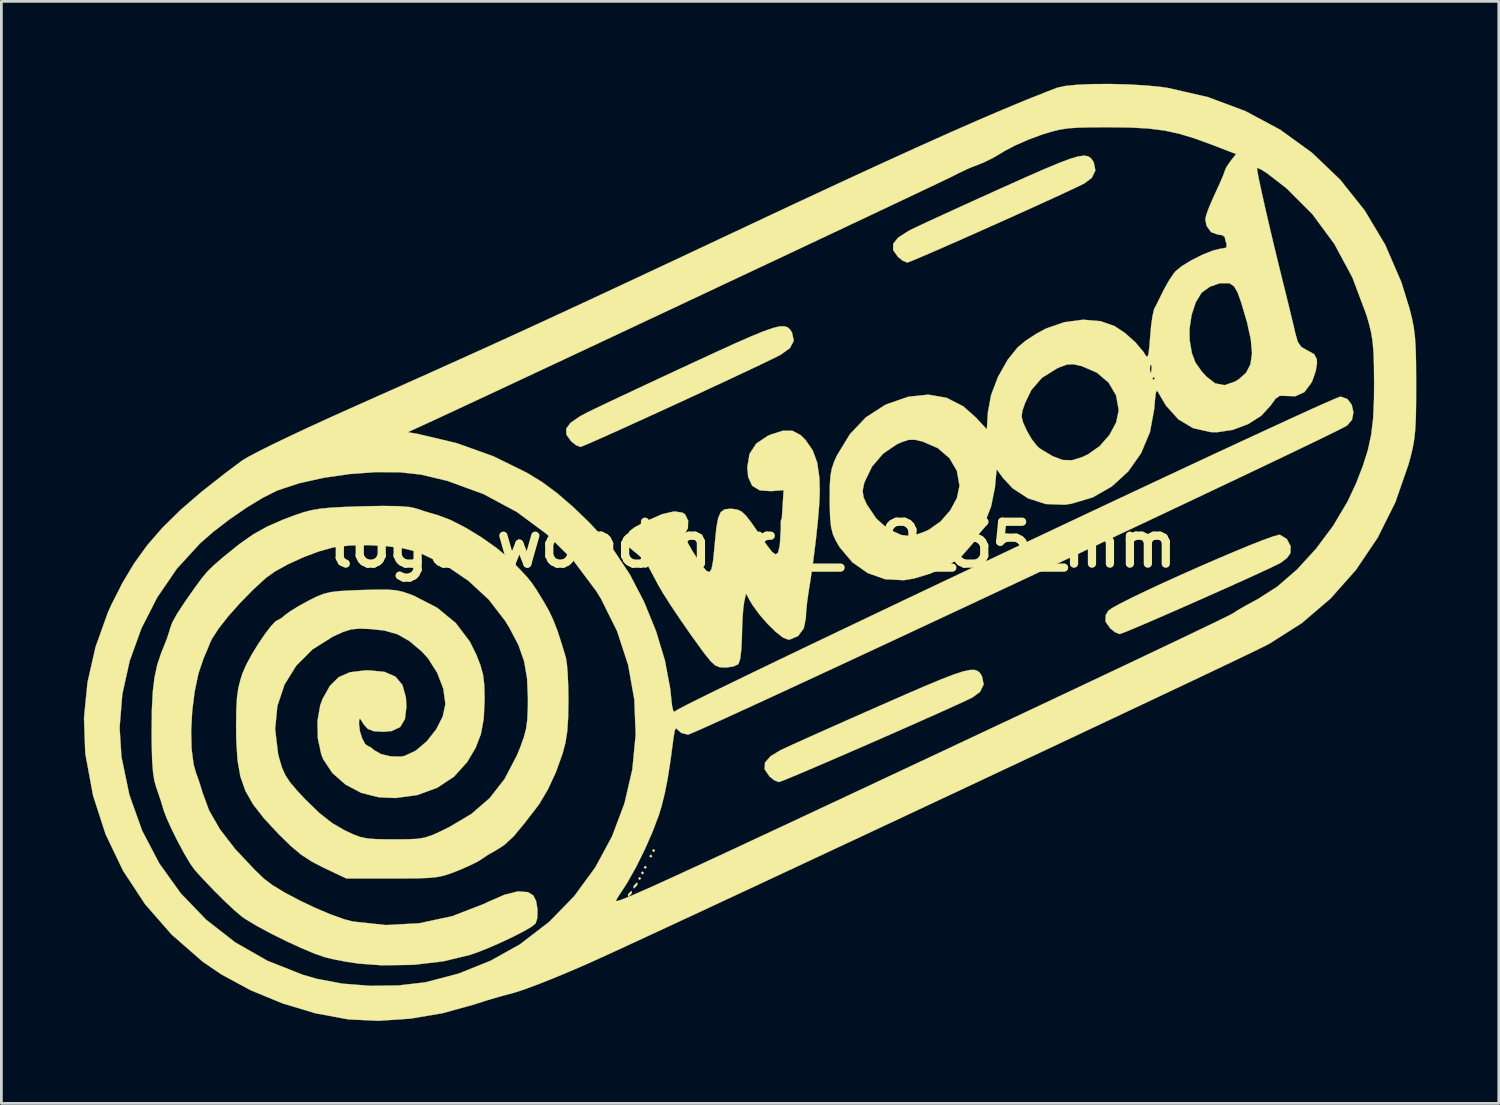
<source format=kicad_pcb>
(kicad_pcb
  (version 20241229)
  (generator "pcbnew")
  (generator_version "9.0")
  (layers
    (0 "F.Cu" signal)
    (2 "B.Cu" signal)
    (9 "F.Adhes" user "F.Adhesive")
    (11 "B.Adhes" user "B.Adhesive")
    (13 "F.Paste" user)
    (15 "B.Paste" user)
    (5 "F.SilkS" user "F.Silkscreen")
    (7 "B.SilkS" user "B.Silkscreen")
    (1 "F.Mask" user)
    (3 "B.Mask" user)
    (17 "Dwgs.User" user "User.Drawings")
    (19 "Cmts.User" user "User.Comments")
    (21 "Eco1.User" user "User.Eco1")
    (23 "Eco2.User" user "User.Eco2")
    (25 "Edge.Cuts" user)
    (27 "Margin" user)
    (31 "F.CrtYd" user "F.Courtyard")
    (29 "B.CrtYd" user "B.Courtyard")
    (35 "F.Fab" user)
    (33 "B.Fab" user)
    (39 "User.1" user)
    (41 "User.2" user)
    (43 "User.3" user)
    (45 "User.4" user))
  (footprint "logo_woodmark_49_35_mm"
    (layer "F.Cu")
    (at 24.331 16.761)
    (property "Reference" "logo_woodmark_49_35_mm" (at 0 0 0) (layer "F.SilkS") (effects (font (size 1.524 1.524) (thickness 0.3))))
    (attr through_hole)
    (fp_poly (pts (xy -4.064 12.141) (xy -4.115 12.192) (xy -4.166 12.141) (xy -4.115 12.09) (xy -4.064 12.141)) (stroke (width 0.01) (type solid)) (fill yes) (layer "F.SilkS"))
    (fp_poly (pts (xy -3.962 11.938) (xy -4.013 11.989) (xy -4.064 11.938) (xy -4.013 11.887) (xy -3.962 11.938)) (stroke (width 0.01) (type solid)) (fill yes) (layer "F.SilkS"))
    (fp_poly (pts (xy -3.861 11.735) (xy -3.912 11.786) (xy -3.962 11.735) (xy -3.912 11.684) (xy -3.861 11.735)) (stroke (width 0.01) (type solid)) (fill yes) (layer "F.SilkS"))
    (fp_poly (pts (xy -3.658 11.328) (xy -3.708 11.379) (xy -3.759 11.328) (xy -3.708 11.278) (xy -3.658 11.328)) (stroke (width 0.01) (type solid)) (fill yes) (layer "F.SilkS"))
    (fp_poly (pts (xy -3.556 11.125) (xy -3.607 11.176) (xy -3.658 11.125) (xy -3.607 11.074) (xy -3.556 11.125)) (stroke (width 0.01) (type solid)) (fill yes) (layer "F.SilkS"))
    (fp_poly (pts (xy -4.401 12.664) (xy -4.42 12.7) (xy -4.515 12.797) (xy -4.533 12.802) (xy -4.54 12.736) (xy -4.521 12.7) (xy -4.425 12.603) (xy -4.408 12.598) (xy -4.401 12.664)) (stroke (width 0.01) (type solid)) (fill yes) (layer "F.SilkS"))
    (fp_poly (pts (xy -4.197 12.359) (xy -4.216 12.395) (xy -4.312 12.492) (xy -4.33 12.497) (xy -4.337 12.431) (xy -4.318 12.395) (xy -4.222 12.298) (xy -4.204 12.294) (xy -4.197 12.359)) (stroke (width 0.01) (type solid)) (fill yes) (layer "F.SilkS"))
    (fp_poly (pts (xy 19.424 -0.206) (xy 19.563 0.055) (xy 19.556 0.31) (xy 19.426 0.491) (xy 19.196 0.663) (xy 19.173 0.676) (xy 18.922 0.798) (xy 18.537 0.979) (xy 18.046 1.204) (xy 17.475 1.462) (xy 16.853 1.74) (xy 16.207 2.027) (xy 15.565 2.31) (xy 14.955 2.577) (xy 14.405 2.815) (xy 13.941 3.014) (xy 13.592 3.159) (xy 13.385 3.239) (xy 13.343 3.251) (xy 13.176 3.185) (xy 13.005 3.048) (xy 12.828 2.798) (xy 12.838 2.561) (xy 12.929 2.407) (xy 13.062 2.309) (xy 13.354 2.148) (xy 13.776 1.935) (xy 14.301 1.683) (xy 14.902 1.403) (xy 15.551 1.108) (xy 16.221 0.81) (xy 16.884 0.522) (xy 17.512 0.255) (xy 18.079 0.021) (xy 18.556 -0.167) (xy 18.917 -0.297) (xy 19.133 -0.357) (xy 19.174 -0.359) (xy 19.424 -0.206)) (stroke (width 0.01) (type solid)) (fill yes) (layer "F.SilkS"))
    (fp_poly (pts (xy 8.18 4.595) (xy 8.268 4.675) (xy 8.337 4.786) (xy 8.398 5.082) (xy 8.266 5.353) (xy 7.994 5.555) (xy 7.772 5.662) (xy 7.406 5.831) (xy 6.922 6.051) (xy 6.343 6.309) (xy 5.696 6.596) (xy 5.006 6.901) (xy 4.298 7.211) (xy 3.596 7.517) (xy 2.927 7.807) (xy 2.315 8.07) (xy 1.786 8.296) (xy 1.364 8.472) (xy 1.076 8.589) (xy 0.946 8.636) (xy 0.943 8.636) (xy 0.78 8.569) (xy 0.61 8.433) (xy 0.431 8.171) (xy 0.443 7.927) (xy 0.65 7.691) (xy 1.003 7.478) (xy 1.208 7.381) (xy 1.574 7.214) (xy 2.074 6.989) (xy 2.682 6.717) (xy 3.374 6.409) (xy 4.123 6.078) (xy 4.643 5.849) (xy 5.536 5.457) (xy 6.263 5.143) (xy 6.843 4.902) (xy 7.293 4.728) (xy 7.633 4.615) (xy 7.882 4.559) (xy 8.058 4.554) (xy 8.18 4.595)) (stroke (width 0.01) (type solid)) (fill yes) (layer "F.SilkS"))
    (fp_poly (pts (xy 12.196 -14.127) (xy 12.3 -14.057) (xy 12.38 -13.946) (xy 12.401 -13.908) (xy 12.462 -13.613) (xy 12.33 -13.342) (xy 12.058 -13.139) (xy 11.816 -13.02) (xy 11.436 -12.841) (xy 10.944 -12.614) (xy 10.366 -12.35) (xy 9.729 -12.061) (xy 9.059 -11.76) (xy 8.381 -11.457) (xy 7.723 -11.164) (xy 7.11 -10.894) (xy 6.568 -10.657) (xy 6.124 -10.466) (xy 5.804 -10.331) (xy 5.635 -10.266) (xy 5.616 -10.262) (xy 5.454 -10.328) (xy 5.283 -10.465) (xy 5.106 -10.713) (xy 5.106 -10.944) (xy 5.29 -11.172) (xy 5.666 -11.412) (xy 5.779 -11.47) (xy 6.019 -11.585) (xy 6.415 -11.77) (xy 6.937 -12.01) (xy 7.557 -12.294) (xy 8.244 -12.606) (xy 8.969 -12.934) (xy 9.112 -12.998) (xy 9.945 -13.372) (xy 10.614 -13.665) (xy 11.139 -13.884) (xy 11.539 -14.034) (xy 11.836 -14.121) (xy 12.048 -14.15) (xy 12.196 -14.127)) (stroke (width 0.01) (type solid)) (fill yes) (layer "F.SilkS"))
    (fp_poly (pts (xy 1.272 -7.904) (xy 1.36 -7.822) (xy 1.428 -7.711) (xy 1.491 -7.419) (xy 1.352 -7.151) (xy 1.012 -6.906) (xy 0.983 -6.891) (xy 0.69 -6.746) (xy 0.265 -6.541) (xy -0.268 -6.289) (xy -0.884 -6) (xy -1.559 -5.686) (xy -2.268 -5.357) (xy -2.988 -5.025) (xy -3.694 -4.702) (xy -4.362 -4.397) (xy -4.966 -4.123) (xy -5.484 -3.891) (xy -5.891 -3.712) (xy -6.161 -3.596) (xy -6.272 -3.556) (xy -6.434 -3.622) (xy -6.604 -3.759) (xy -6.778 -3.996) (xy -6.789 -4.214) (xy -6.629 -4.433) (xy -6.285 -4.669) (xy -6.007 -4.817) (xy -5.751 -4.941) (xy -5.338 -5.138) (xy -4.797 -5.394) (xy -4.154 -5.696) (xy -3.438 -6.03) (xy -2.677 -6.385) (xy -2.216 -6.599) (xy -1.334 -7.006) (xy -0.617 -7.333) (xy -0.046 -7.583) (xy 0.398 -7.764) (xy 0.733 -7.881) (xy 0.978 -7.94) (xy 1.151 -7.945) (xy 1.272 -7.904)) (stroke (width 0.01) (type solid)) (fill yes) (layer "F.SilkS"))
    (fp_poly (pts (xy 1.443 -4.142) (xy 1.738 -3.987) (xy 1.914 -3.813) (xy 2.177 -3.435) (xy 2.342 -2.992) (xy 2.423 -2.434) (xy 2.437 -1.981) (xy 2.42 -1.518) (xy 2.371 -0.907) (xy 2.297 -0.2) (xy 2.204 0.551) (xy 2.097 1.295) (xy 2.035 1.676) (xy 1.977 2.082) (xy 1.939 2.471) (xy 1.931 2.667) (xy 1.855 3.044) (xy 1.651 3.319) (xy 1.356 3.449) (xy 1.28 3.454) (xy 1.096 3.377) (xy 0.836 3.174) (xy 0.54 2.883) (xy 0.246 2.547) (xy -0.004 2.204) (xy -0.108 2.032) (xy -0.246 1.778) (xy -0.314 2.083) (xy -0.346 2.323) (xy -0.374 2.698) (xy -0.391 3.142) (xy -0.394 3.307) (xy -0.415 3.795) (xy -0.458 4.15) (xy -0.52 4.339) (xy -0.528 4.348) (xy -0.706 4.431) (xy -0.98 4.47) (xy -1.017 4.47) (xy -1.21 4.456) (xy -1.368 4.39) (xy -1.534 4.238) (xy -1.751 3.967) (xy -1.879 3.796) (xy -2.272 3.25) (xy -2.654 2.699) (xy -2.996 2.188) (xy -3.27 1.757) (xy -3.439 1.467) (xy -3.607 1.151) (xy -3.785 0.816) (xy -3.793 0.802) (xy -3.998 0.519) (xy -4.25 0.297) (xy -4.275 0.281) (xy -4.499 0.095) (xy -4.571 -0.154) (xy -4.572 -0.197) (xy -4.555 -0.362) (xy -4.479 -0.493) (xy -4.307 -0.625) (xy -3.999 -0.793) (xy -3.863 -0.862) (xy -3.292 -1.111) (xy -2.855 -1.211) (xy -2.55 -1.163) (xy -2.459 -1.097) (xy -2.351 -0.872) (xy -2.36 -0.602) (xy -2.449 -0.437) (xy -2.471 -0.323) (xy -2.39 -0.108) (xy -2.195 0.232) (xy -2.077 0.415) (xy -1.848 0.757) (xy -1.685 0.954) (xy -1.573 0.997) (xy -1.497 0.874) (xy -1.442 0.573) (xy -1.393 0.085) (xy -1.377 -0.1) (xy -1.323 -0.623) (xy -1.258 -0.974) (xy -1.165 -1.184) (xy -1.026 -1.285) (xy -0.825 -1.307) (xy -0.733 -1.301) (xy -0.558 -1.274) (xy -0.411 -1.207) (xy -0.258 -1.067) (xy -0.067 -0.823) (xy 0.195 -0.445) (xy 0.245 -0.37) (xy 0.512 0.019) (xy 0.703 0.265) (xy 0.835 0.357) (xy 0.921 0.285) (xy 0.978 0.039) (xy 1.019 -0.391) (xy 1.054 -0.915) (xy 1.121 -1.983) (xy 0.671 -1.947) (xy 0.254 -1.974) (xy -0.022 -2.141) (xy -0.168 -2.459) (xy -0.2 -2.819) (xy -0.118 -3.304) (xy 0.128 -3.679) (xy 0.548 -3.96) (xy 0.647 -4.003) (xy 1.095 -4.145) (xy 1.443 -4.142)) (stroke (width 0.01) (type solid)) (fill yes) (layer "F.SilkS"))
    (fp_poly (pts (xy -12.892 -1.401) (xy -12.487 -1.37) (xy -12.27 -1.323) (xy -11.958 -1.22) (xy -11.583 -1.108) (xy -11.471 -1.078) (xy -11.007 -0.904) (xy -10.455 -0.623) (xy -9.875 -0.271) (xy -9.324 0.117) (xy -8.859 0.505) (xy -8.74 0.621) (xy -8.424 0.947) (xy -8.204 1.185) (xy -8.037 1.394) (xy -7.877 1.629) (xy -7.679 1.948) (xy -7.598 2.083) (xy -7.412 2.411) (xy -7.254 2.745) (xy -7.103 3.137) (xy -6.941 3.637) (xy -6.796 4.122) (xy -6.761 4.346) (xy -6.731 4.719) (xy -6.712 5.189) (xy -6.706 5.669) (xy -6.716 6.304) (xy -6.75 6.798) (xy -6.816 7.211) (xy -6.916 7.592) (xy -7.158 8.267) (xy -7.452 8.903) (xy -7.765 9.429) (xy -7.865 9.566) (xy -8.083 9.845) (xy -8.303 10.132) (xy -8.696 10.606) (xy -9.049 10.932) (xy -9.359 11.128) (xy -9.629 11.279) (xy -9.838 11.419) (xy -9.855 11.433) (xy -10.021 11.535) (xy -10.316 11.679) (xy -10.679 11.837) (xy -10.719 11.853) (xy -10.993 11.96) (xy -11.231 12.037) (xy -11.475 12.088) (xy -11.768 12.119) (xy -12.151 12.135) (xy -12.666 12.141) (xy -13.106 12.141) (xy -14.783 12.141) (xy -15.607 11.751) (xy -16.05 11.522) (xy -16.426 11.276) (xy -16.8 10.964) (xy -17.234 10.54) (xy -17.243 10.531) (xy -17.776 9.958) (xy -18.174 9.448) (xy -18.456 8.953) (xy -18.639 8.427) (xy -18.744 7.822) (xy -18.788 7.09) (xy -18.793 6.604) (xy -18.786 6.019) (xy -18.762 5.579) (xy -18.715 5.229) (xy -18.636 4.911) (xy -18.558 4.671) (xy -18.424 4.366) (xy -18.227 4.001) (xy -17.993 3.619) (xy -17.751 3.261) (xy -17.529 2.969) (xy -17.354 2.785) (xy -17.275 2.743) (xy -17.159 2.681) (xy -17.012 2.56) (xy -16.824 2.422) (xy -16.519 2.235) (xy -16.162 2.039) (xy -16.154 2.035) (xy -15.865 1.891) (xy -15.62 1.792) (xy -15.367 1.728) (xy -15.053 1.689) (xy -14.626 1.664) (xy -14.22 1.649) (xy -13.675 1.634) (xy -13.281 1.635) (xy -12.985 1.659) (xy -12.736 1.711) (xy -12.48 1.798) (xy -12.311 1.865) (xy -11.476 2.297) (xy -10.804 2.85) (xy -10.291 3.527) (xy -10.063 3.984) (xy -9.905 4.389) (xy -9.812 4.731) (xy -9.767 5.096) (xy -9.755 5.568) (xy -9.755 5.637) (xy -9.786 6.325) (xy -9.888 6.885) (xy -10.08 7.386) (xy -10.382 7.897) (xy -10.388 7.906) (xy -10.869 8.44) (xy -11.484 8.845) (xy -12.203 9.107) (xy -12.995 9.215) (xy -13.607 9.188) (xy -14.242 9.028) (xy -14.819 8.722) (xy -15.294 8.303) (xy -15.626 7.802) (xy -15.694 7.633) (xy -15.821 7.044) (xy -15.834 6.419) (xy -15.734 5.842) (xy -15.65 5.615) (xy -15.381 5.135) (xy -15.063 4.819) (xy -14.655 4.641) (xy -14.112 4.574) (xy -13.958 4.572) (xy -13.398 4.626) (xy -12.998 4.799) (xy -12.743 5.104) (xy -12.617 5.556) (xy -12.598 5.898) (xy -12.652 6.344) (xy -12.824 6.631) (xy -13.13 6.778) (xy -13.437 6.806) (xy -13.786 6.784) (xy -14.005 6.7) (xy -14.162 6.523) (xy -14.204 6.452) (xy -14.287 6.324) (xy -14.317 6.37) (xy -14.323 6.523) (xy -14.29 6.787) (xy -14.205 7.055) (xy -14.097 7.254) (xy -14.012 7.315) (xy -13.885 7.379) (xy -13.775 7.474) (xy -13.526 7.616) (xy -13.171 7.7) (xy -12.804 7.708) (xy -12.672 7.685) (xy -12.257 7.492) (xy -11.858 7.152) (xy -11.517 6.72) (xy -11.277 6.251) (xy -11.181 5.799) (xy -11.181 5.79) (xy -11.257 5.236) (xy -11.479 4.66) (xy -11.812 4.135) (xy -12.033 3.892) (xy -12.491 3.505) (xy -12.922 3.26) (xy -13.402 3.124) (xy -13.885 3.07) (xy -14.298 3.053) (xy -14.604 3.081) (xy -14.898 3.173) (xy -15.268 3.341) (xy -16.012 3.808) (xy -16.604 4.398) (xy -17.034 5.092) (xy -17.293 5.87) (xy -17.374 6.712) (xy -17.267 7.6) (xy -17.219 7.796) (xy -17.12 8.121) (xy -17.001 8.386) (xy -16.831 8.644) (xy -16.574 8.947) (xy -16.277 9.264) (xy -15.763 9.763) (xy -15.298 10.128) (xy -14.847 10.389) (xy -14.537 10.535) (xy -14.281 10.631) (xy -14.018 10.686) (xy -13.691 10.711) (xy -13.239 10.719) (xy -13.058 10.719) (xy -12.564 10.716) (xy -12.21 10.7) (xy -11.932 10.655) (xy -11.667 10.568) (xy -11.351 10.425) (xy -11.047 10.275) (xy -10.233 9.793) (xy -9.57 9.219) (xy -9.029 8.524) (xy -8.584 7.674) (xy -8.465 7.387) (xy -8.33 7.013) (xy -8.244 6.687) (xy -8.199 6.339) (xy -8.181 5.896) (xy -8.179 5.588) (xy -8.211 4.857) (xy -8.319 4.235) (xy -8.525 3.649) (xy -8.85 3.028) (xy -9.015 2.759) (xy -9.601 2) (xy -10.342 1.315) (xy -11.195 0.735) (xy -12.114 0.298) (xy -12.243 0.251) (xy -12.722 0.132) (xy -13.328 0.053) (xy -13.991 0.017) (xy -14.639 0.029) (xy -15.199 0.09) (xy -15.272 0.104) (xy -15.776 0.243) (xy -16.339 0.454) (xy -16.894 0.707) (xy -17.377 0.972) (xy -17.701 1.202) (xy -18.186 1.648) (xy -18.657 2.13) (xy -19.083 2.61) (xy -19.43 3.051) (xy -19.668 3.417) (xy -19.734 3.556) (xy -19.844 3.826) (xy -19.978 4.141) (xy -19.988 4.166) (xy -20.166 4.698) (xy -20.301 5.345) (xy -20.39 6.053) (xy -20.428 6.766) (xy -20.412 7.431) (xy -20.339 7.994) (xy -20.258 8.28) (xy -20.137 8.621) (xy -20.037 8.941) (xy -20.024 8.992) (xy -19.779 9.661) (xy -19.384 10.349) (xy -18.827 11.072) (xy -18.097 11.846) (xy -17.77 12.158) (xy -17.466 12.387) (xy -17.021 12.656) (xy -16.487 12.938) (xy -15.915 13.211) (xy -15.356 13.448) (xy -14.862 13.625) (xy -14.554 13.706) (xy -13.349 13.836) (xy -12.133 13.77) (xy -10.934 13.513) (xy -9.782 13.068) (xy -9.648 13.003) (xy -9.029 12.733) (xy -8.54 12.611) (xy -8.178 12.639) (xy -7.983 12.758) (xy -7.879 12.968) (xy -7.829 13.278) (xy -7.839 13.588) (xy -7.901 13.779) (xy -8.041 13.893) (xy -8.325 14.059) (xy -8.712 14.258) (xy -9.157 14.468) (xy -9.616 14.669) (xy -10.045 14.838) (xy -10.285 14.921) (xy -11.256 15.155) (xy -12.342 15.283) (xy -13.481 15.3) (xy -14.326 15.238) (xy -14.79 15.17) (xy -15.279 15.075) (xy -15.551 15.009) (xy -15.926 14.88) (xy -16.418 14.674) (xy -16.971 14.419) (xy -17.529 14.142) (xy -18.037 13.869) (xy -18.439 13.628) (xy -18.586 13.526) (xy -18.85 13.302) (xy -19.204 12.971) (xy -19.602 12.575) (xy -20 12.159) (xy -20.296 11.833) (xy -20.462 11.6) (xy -20.677 11.237) (xy -20.912 10.801) (xy -21.136 10.351) (xy -21.321 9.943) (xy -21.437 9.635) (xy -21.446 9.601) (xy -21.532 9.313) (xy -21.651 8.959) (xy -21.694 8.839) (xy -21.766 8.592) (xy -21.815 8.277) (xy -21.847 7.857) (xy -21.862 7.297) (xy -21.866 6.807) (xy -21.857 6.001) (xy -21.824 5.354) (xy -21.76 4.823) (xy -21.66 4.366) (xy -21.517 3.938) (xy -21.444 3.759) (xy -21.314 3.43) (xy -21.217 3.136) (xy -21.194 3.048) (xy -21.116 2.833) (xy -20.947 2.525) (xy -20.673 2.105) (xy -20.283 1.55) (xy -20.265 1.524) (xy -20.034 1.211) (xy -19.84 0.981) (xy -19.624 0.767) (xy -19.323 0.505) (xy -19.239 0.434) (xy -18.666 -0.028) (xy -18.162 -0.38) (xy -17.657 -0.661) (xy -17.083 -0.912) (xy -16.649 -1.075) (xy -16.337 -1.18) (xy -16.045 -1.256) (xy -15.726 -1.31) (xy -15.336 -1.347) (xy -14.828 -1.374) (xy -14.251 -1.394) (xy -13.476 -1.409) (xy -12.892 -1.401)) (stroke (width 0.01) (type solid)) (fill yes) (layer "F.SilkS"))
    (fp_poly (pts (xy 13.658 -16.74) (xy 14.292 -16.703) (xy 14.861 -16.647) (xy 15.093 -16.614) (xy 16.555 -16.279) (xy 17.924 -15.767) (xy 19.189 -15.089) (xy 20.34 -14.255) (xy 21.367 -13.273) (xy 22.258 -12.154) (xy 23.003 -10.908) (xy 23.592 -9.543) (xy 23.89 -8.578) (xy 23.978 -8.223) (xy 24.042 -7.895) (xy 24.085 -7.551) (xy 24.111 -7.147) (xy 24.124 -6.638) (xy 24.128 -5.981) (xy 24.128 -5.791) (xy 24.126 -5.105) (xy 24.116 -4.578) (xy 24.094 -4.166) (xy 24.057 -3.824) (xy 24.001 -3.507) (xy 23.92 -3.172) (xy 23.853 -2.928) (xy 23.372 -1.543) (xy 22.73 -0.257) (xy 21.941 0.915) (xy 21.016 1.957) (xy 19.968 2.854) (xy 18.809 3.59) (xy 18.624 3.687) (xy 18.363 3.816) (xy 17.933 4.024) (xy 17.347 4.304) (xy 16.62 4.65) (xy 15.766 5.055) (xy 14.799 5.512) (xy 13.734 6.015) (xy 12.585 6.557) (xy 11.366 7.131) (xy 10.092 7.73) (xy 8.776 8.348) (xy 7.434 8.979) (xy 6.079 9.614) (xy 4.726 10.249) (xy 3.389 10.875) (xy 2.082 11.486) (xy 0.82 12.076) (xy -0.383 12.638) (xy -1.513 13.165) (xy -2.556 13.65) (xy -3.496 14.087) (xy -4.321 14.469) (xy -5.014 14.789) (xy -5.564 15.041) (xy -5.954 15.217) (xy -6.024 15.248) (xy -6.665 15.526) (xy -7.29 15.785) (xy -7.858 16.01) (xy -8.33 16.184) (xy -8.666 16.293) (xy -8.716 16.306) (xy -9.178 16.43) (xy -9.709 16.586) (xy -10.148 16.728) (xy -11.276 17.04) (xy -12.453 17.24) (xy -13.615 17.318) (xy -14.694 17.268) (xy -14.732 17.263) (xy -15.908 17.045) (xy -17.106 16.685) (xy -18.266 16.206) (xy -19.331 15.63) (xy -20.015 15.163) (xy -21.136 14.184) (xy -22.102 13.08) (xy -22.904 11.861) (xy -23.538 10.54) (xy -23.995 9.129) (xy -24.271 7.639) (xy -24.282 7.544) (xy -24.313 6.659) (xy -23.031 6.659) (xy -22.964 7.714) (xy -22.675 9.101) (xy -22.212 10.4) (xy -21.584 11.599) (xy -20.804 12.684) (xy -19.881 13.643) (xy -18.827 14.465) (xy -17.652 15.136) (xy -16.369 15.644) (xy -15.847 15.794) (xy -14.933 15.966) (xy -13.923 16.046) (xy -12.901 16.033) (xy -11.953 15.924) (xy -11.871 15.909) (xy -10.689 15.597) (xy -9.535 15.132) (xy -8.485 14.547) (xy -8.463 14.532) (xy -7.405 13.719) (xy -6.492 12.782) (xy -5.729 11.739) (xy -5.12 10.612) (xy -4.67 9.418) (xy -4.382 8.177) (xy -4.26 6.91) (xy -4.309 5.635) (xy -4.534 4.373) (xy -4.937 3.142) (xy -5.524 1.962) (xy -5.695 1.686) (xy -6.524 0.579) (xy -7.491 -0.382) (xy -8.584 -1.191) (xy -9.791 -1.839) (xy -11.1 -2.318) (xy -12.06 -2.547) (xy -12.826 -2.633) (xy -13.715 -2.639) (xy -14.663 -2.569) (xy -15.612 -2.432) (xy -16.498 -2.234) (xy -17.261 -1.982) (xy -17.323 -1.957) (xy -17.824 -1.705) (xy -18.412 -1.348) (xy -19.029 -0.924) (xy -19.619 -0.471) (xy -20.108 -0.045) (xy -20.946 0.872) (xy -21.659 1.912) (xy -22.236 3.041) (xy -22.665 4.23) (xy -22.933 5.446) (xy -23.031 6.659) (xy -24.313 6.659) (xy -24.326 6.303) (xy -24.199 5.014) (xy -23.907 3.723) (xy -23.46 2.475) (xy -23.32 2.164) (xy -22.922 1.382) (xy -22.498 0.675) (xy -22.023 0.018) (xy -21.473 -0.615) (xy -20.827 -1.251) (xy -20.06 -1.915) (xy -19.148 -2.631) (xy -18.577 -3.058) (xy -18.369 -3.184) (xy -17.999 -3.379) (xy -17.494 -3.632) (xy -16.876 -3.929) (xy -16.53 -4.092) (xy -12.548 -4.092) (xy -12.141 -4.019) (xy -10.763 -3.691) (xy -9.437 -3.216) (xy -8.213 -2.614) (xy -7.651 -2.27) (xy -7.109 -1.867) (xy -6.51 -1.349) (xy -5.912 -0.77) (xy -5.371 -0.184) (xy -5.056 0.203) (xy -4.473 1.08) (xy -3.954 2.08) (xy -3.52 3.144) (xy -3.196 4.214) (xy -3.004 5.232) (xy -2.98 5.46) (xy -2.94 5.838) (xy -2.897 6.037) (xy -2.844 6.082) (xy -2.805 6.046) (xy -2.697 5.98) (xy -2.419 5.835) (xy -1.982 5.616) (xy -1.402 5.33) (xy -0.69 4.984) (xy 0.139 4.582) (xy 1.073 4.133) (xy 2.099 3.641) (xy 3.202 3.114) (xy 4.371 2.557) (xy 5.591 1.976) (xy 6.849 1.379) (xy 8.132 0.771) (xy 9.428 0.158) (xy 10.722 -0.452) (xy 12.001 -1.055) (xy 13.252 -1.644) (xy 14.462 -2.212) (xy 15.618 -2.753) (xy 16.706 -3.261) (xy 17.713 -3.729) (xy 18.626 -4.152) (xy 19.431 -4.523) (xy 20.116 -4.836) (xy 20.666 -5.085) (xy 21.07 -5.262) (xy 21.313 -5.363) (xy 21.381 -5.385) (xy 21.626 -5.3) (xy 21.786 -5.089) (xy 21.847 -4.815) (xy 21.795 -4.541) (xy 21.616 -4.333) (xy 21.615 -4.333) (xy 21.451 -4.244) (xy 21.12 -4.079) (xy 20.636 -3.842) (xy 20.012 -3.541) (xy 19.262 -3.181) (xy 18.398 -2.769) (xy 17.434 -2.311) (xy 16.383 -1.813) (xy 15.259 -1.281) (xy 14.075 -0.722) (xy 12.844 -0.142) (xy 11.58 0.452) (xy 10.296 1.055) (xy 9.005 1.661) (xy 7.72 2.263) (xy 6.455 2.854) (xy 5.224 3.429) (xy 4.038 3.982) (xy 2.913 4.505) (xy 1.86 4.994) (xy 0.895 5.441) (xy 0.028 5.84) (xy -0.725 6.186) (xy -1.352 6.471) (xy -1.839 6.691) (xy -2.174 6.837) (xy -2.342 6.905) (xy -2.358 6.909) (xy -2.6 6.848) (xy -2.729 6.735) (xy -2.792 6.673) (xy -2.84 6.766) (xy -2.885 7.038) (xy -2.889 7.065) (xy -2.996 7.871) (xy -3.097 8.518) (xy -3.202 9.049) (xy -3.317 9.509) (xy -3.413 9.824) (xy -3.634 10.416) (xy -3.922 11.073) (xy -4.243 11.722) (xy -4.562 12.288) (xy -4.715 12.527) (xy -4.872 12.764) (xy -4.966 12.922) (xy -4.978 12.951) (xy -4.961 12.963) (xy -4.901 12.954) (xy -4.791 12.918) (xy -4.621 12.853) (xy -4.382 12.753) (xy -4.065 12.615) (xy -3.66 12.435) (xy -3.16 12.208) (xy -2.554 11.93) (xy -1.833 11.598) (xy -0.989 11.206) (xy -0.012 10.751) (xy 1.107 10.228) (xy 2.377 9.634) (xy 3.807 8.964) (xy 5.406 8.214) (xy 6.452 7.723) (xy 7.853 7.065) (xy 9.204 6.43) (xy 10.494 5.822) (xy 11.711 5.248) (xy 12.843 4.713) (xy 13.879 4.223) (xy 14.808 3.782) (xy 15.617 3.397) (xy 16.295 3.072) (xy 16.831 2.814) (xy 17.213 2.628) (xy 17.429 2.519) (xy 17.475 2.493) (xy 17.634 2.388) (xy 17.92 2.222) (xy 18.277 2.028) (xy 18.369 1.98) (xy 19.084 1.521) (xy 19.8 0.899) (xy 20.485 0.151) (xy 21.108 -0.684) (xy 21.635 -1.57) (xy 21.938 -2.216) (xy 22.191 -2.867) (xy 22.373 -3.442) (xy 22.493 -3.999) (xy 22.564 -4.597) (xy 22.595 -5.296) (xy 22.599 -5.893) (xy 22.593 -6.524) (xy 22.577 -7.004) (xy 22.545 -7.383) (xy 22.492 -7.713) (xy 22.412 -8.045) (xy 22.317 -8.367) (xy 21.809 -9.719) (xy 21.152 -10.94) (xy 20.352 -12.023) (xy 19.414 -12.962) (xy 18.714 -13.504) (xy 18.496 -13.642) (xy 18.359 -13.704) (xy 18.342 -13.702) (xy 18.352 -13.593) (xy 18.404 -13.312) (xy 18.495 -12.885) (xy 18.617 -12.338) (xy 18.765 -11.695) (xy 18.933 -10.982) (xy 19.116 -10.226) (xy 19.307 -9.45) (xy 19.308 -9.449) (xy 19.44 -8.916) (xy 19.564 -8.406) (xy 19.667 -7.978) (xy 19.733 -7.692) (xy 19.823 -7.377) (xy 19.949 -7.194) (xy 20.162 -7.07) (xy 20.182 -7.062) (xy 20.418 -6.93) (xy 20.512 -6.758) (xy 20.523 -6.605) (xy 20.476 -6.312) (xy 20.358 -5.974) (xy 20.319 -5.89) (xy 20.066 -5.552) (xy 19.737 -5.399) (xy 19.346 -5.411) (xy 19.163 -5.412) (xy 19.01 -5.305) (xy 18.834 -5.06) (xy 18.494 -4.689) (xy 18.016 -4.385) (xy 17.458 -4.176) (xy 16.883 -4.089) (xy 16.647 -4.095) (xy 16.015 -4.239) (xy 15.479 -4.559) (xy 15.031 -5.057) (xy 14.813 -5.423) (xy 14.736 -5.562) (xy 14.687 -5.596) (xy 14.654 -5.498) (xy 14.627 -5.242) (xy 14.603 -4.942) (xy 14.447 -4.096) (xy 14.124 -3.328) (xy 13.655 -2.662) (xy 13.061 -2.118) (xy 12.363 -1.719) (xy 11.579 -1.486) (xy 11.338 -1.453) (xy 10.657 -1.478) (xy 10.012 -1.685) (xy 9.448 -2.052) (xy 9.102 -2.426) (xy 8.869 -2.743) (xy 8.806 -2.069) (xy 8.668 -1.388) (xy 8.401 -0.706) (xy 8.034 -0.084) (xy 7.601 0.413) (xy 7.48 0.516) (xy 7.023 0.802) (xy 6.455 1.052) (xy 5.869 1.23) (xy 5.493 1.293) (xy 4.816 1.257) (xy 4.183 1.034) (xy 3.622 0.641) (xy 3.159 0.092) (xy 3.016 -0.152) (xy 2.914 -0.381) (xy 2.849 -0.636) (xy 2.813 -0.969) (xy 2.799 -1.434) (xy 2.798 -1.626) (xy 2.8 -1.958) (xy 3.995 -1.958) (xy 4.032 -1.718) (xy 4.145 -1.465) (xy 4.494 -0.947) (xy 4.922 -0.568) (xy 5.396 -0.354) (xy 5.69 -0.314) (xy 5.93 -0.357) (xy 6.249 -0.471) (xy 6.401 -0.542) (xy 6.824 -0.839) (xy 7.179 -1.242) (xy 7.423 -1.693) (xy 7.518 -2.135) (xy 7.518 -2.15) (xy 7.423 -2.687) (xy 7.152 -3.15) (xy 6.725 -3.514) (xy 6.176 -3.751) (xy 5.884 -3.818) (xy 5.656 -3.811) (xy 5.393 -3.72) (xy 5.238 -3.65) (xy 4.744 -3.314) (xy 4.336 -2.837) (xy 4.064 -2.275) (xy 4.052 -2.236) (xy 3.995 -1.958) (xy 2.8 -1.958) (xy 2.801 -2.13) (xy 2.823 -2.491) (xy 2.874 -2.77) (xy 2.962 -3.026) (xy 3.065 -3.253) (xy 3.534 -4.021) (xy 4.116 -4.633) (xy 4.801 -5.075) (xy 4.873 -5.109) (xy 5.657 -5.38) (xy 6.383 -5.457) (xy 7.051 -5.341) (xy 7.657 -5.031) (xy 8.115 -4.625) (xy 8.513 -4.194) (xy 8.542 -4.663) (xy 9.777 -4.663) (xy 9.827 -4.458) (xy 9.959 -4.162) (xy 10.142 -3.841) (xy 10.35 -3.578) (xy 10.457 -3.487) (xy 10.909 -3.217) (xy 11.273 -3.08) (xy 11.606 -3.07) (xy 11.967 -3.179) (xy 12.192 -3.285) (xy 12.616 -3.583) (xy 12.97 -3.986) (xy 13.214 -4.437) (xy 13.309 -4.878) (xy 13.31 -4.893) (xy 13.214 -5.43) (xy 12.943 -5.893) (xy 12.765 -6.045) (xy 14.529 -6.045) (xy 14.58 -5.994) (xy 14.63 -6.045) (xy 14.58 -6.096) (xy 14.529 -6.045) (xy 12.765 -6.045) (xy 12.516 -6.257) (xy 12.183 -6.401) (xy 14.443 -6.401) (xy 14.459 -6.257) (xy 14.494 -6.274) (xy 14.508 -6.482) (xy 14.494 -6.528) (xy 14.457 -6.541) (xy 14.443 -6.401) (xy 12.183 -6.401) (xy 11.967 -6.494) (xy 11.666 -6.562) (xy 11.433 -6.552) (xy 11.161 -6.454) (xy 11.056 -6.405) (xy 10.517 -6.069) (xy 10.131 -5.623) (xy 9.904 -5.152) (xy 9.804 -4.864) (xy 9.777 -4.663) (xy 8.542 -4.663) (xy 8.552 -4.82) (xy 8.668 -5.443) (xy 8.919 -6.103) (xy 9.27 -6.723) (xy 9.629 -7.171) (xy 9.919 -7.414) (xy 10.308 -7.67) (xy 10.662 -7.86) (xy 11.332 -8.092) (xy 12.013 -8.182) (xy 12.653 -8.128) (xy 13.157 -7.952) (xy 13.538 -7.699) (xy 13.914 -7.362) (xy 14.211 -7.011) (xy 14.297 -6.872) (xy 14.35 -6.827) (xy 14.391 -6.932) (xy 14.426 -7.205) (xy 14.451 -7.539) (xy 14.477 -7.84) (xy 15.883 -7.84) (xy 15.891 -7.435) (xy 15.969 -6.974) (xy 16.099 -6.627) (xy 16.324 -6.307) (xy 16.491 -6.121) (xy 16.821 -5.865) (xy 17.161 -5.802) (xy 17.537 -5.931) (xy 17.686 -6.022) (xy 17.944 -6.256) (xy 18.101 -6.559) (xy 18.158 -6.952) (xy 18.116 -7.457) (xy 17.975 -8.098) (xy 17.763 -8.814) (xy 17.63 -9.181) (xy 17.506 -9.393) (xy 17.362 -9.496) (xy 17.312 -9.511) (xy 16.987 -9.508) (xy 16.629 -9.384) (xy 16.334 -9.173) (xy 16.321 -9.16) (xy 16.112 -8.817) (xy 15.96 -8.352) (xy 15.883 -7.84) (xy 14.477 -7.84) (xy 14.488 -7.96) (xy 14.539 -8.319) (xy 14.594 -8.556) (xy 14.61 -8.592) (xy 14.717 -8.8) (xy 14.865 -9.1) (xy 14.936 -9.246) (xy 15.116 -9.573) (xy 15.308 -9.861) (xy 15.376 -9.945) (xy 15.609 -10.135) (xy 15.955 -10.345) (xy 16.348 -10.542) (xy 16.722 -10.693) (xy 17.011 -10.767) (xy 17.054 -10.77) (xy 17.226 -10.805) (xy 17.233 -10.929) (xy 17.232 -10.93) (xy 17.177 -11.124) (xy 17.17 -11.184) (xy 17.084 -11.255) (xy 16.92 -11.278) (xy 16.668 -11.368) (xy 16.502 -11.604) (xy 16.459 -11.846) (xy 16.501 -12.017) (xy 16.612 -12.313) (xy 16.771 -12.677) (xy 16.815 -12.771) (xy 16.98 -13.129) (xy 17.104 -13.417) (xy 17.167 -13.585) (xy 17.17 -13.605) (xy 17.228 -13.736) (xy 17.367 -13.938) (xy 17.375 -13.948) (xy 17.579 -14.208) (xy 16.764 -14.523) (xy 16.099 -14.767) (xy 15.521 -14.944) (xy 14.972 -15.063) (xy 14.393 -15.136) (xy 13.726 -15.173) (xy 12.954 -15.182) (xy 12.326 -15.18) (xy 11.854 -15.169) (xy 11.49 -15.145) (xy 11.187 -15.1) (xy 10.897 -15.031) (xy 10.572 -14.932) (xy 10.465 -14.896) (xy 9.996 -14.721) (xy 9.53 -14.515) (xy 9.155 -14.317) (xy 9.093 -14.278) (xy 8.739 -14.07) (xy 8.381 -13.893) (xy 8.201 -13.823) (xy 7.863 -13.691) (xy 7.49 -13.515) (xy 7.388 -13.461) (xy 7.254 -13.394) (xy 6.95 -13.248) (xy 6.493 -13.03) (xy 5.896 -12.747) (xy 5.176 -12.406) (xy 4.346 -12.014) (xy 3.423 -11.578) (xy 2.42 -11.105) (xy 1.353 -10.602) (xy 0.237 -10.077) (xy -0.913 -9.536) (xy -2.082 -8.986) (xy -3.255 -8.434) (xy -4.418 -7.888) (xy -5.554 -7.354) (xy -6.65 -6.84) (xy -7.69 -6.353) (xy -8.66 -5.899) (xy -9.543 -5.485) (xy -10.326 -5.12) (xy -10.993 -4.809) (xy -11.529 -4.56) (xy -11.913 -4.383) (xy -12.548 -4.092) (xy -16.53 -4.092) (xy -16.173 -4.259) (xy -15.408 -4.61) (xy -14.704 -4.927) (xy -13.531 -5.45) (xy -12.463 -5.927) (xy -11.477 -6.369) (xy -10.55 -6.787) (xy -9.661 -7.189) (xy -8.785 -7.588) (xy -7.9 -7.994) (xy -6.984 -8.417) (xy -6.013 -8.867) (xy -4.964 -9.356) (xy -3.816 -9.893) (xy -2.544 -10.489) (xy -1.127 -11.155) (xy -0.102 -11.637) (xy 1.665 -12.466) (xy 3.263 -13.209) (xy 4.701 -13.872) (xy 5.994 -14.461) (xy 7.152 -14.98) (xy 8.187 -15.435) (xy 9.112 -15.831) (xy 9.937 -16.174) (xy 10.676 -16.468) (xy 11.074 -16.621) (xy 11.365 -16.685) (xy 11.813 -16.729) (xy 12.374 -16.753) (xy 13.004 -16.756) (xy 13.658 -16.74)) (stroke (width 0.01) (type solid)) (fill yes) (layer "F.SilkS")))
  (gr_rect
    (start -3 -3)
    (end 51.465 37.084)
    (stroke (width 0.1) (type default))
    (fill no)
    (layer "Edge.Cuts")))
</source>
